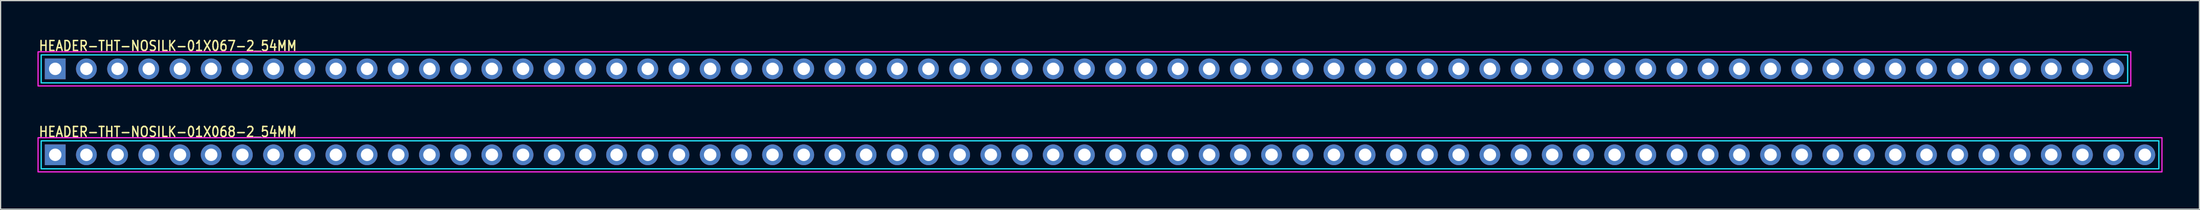
<source format=kicad_pcb>
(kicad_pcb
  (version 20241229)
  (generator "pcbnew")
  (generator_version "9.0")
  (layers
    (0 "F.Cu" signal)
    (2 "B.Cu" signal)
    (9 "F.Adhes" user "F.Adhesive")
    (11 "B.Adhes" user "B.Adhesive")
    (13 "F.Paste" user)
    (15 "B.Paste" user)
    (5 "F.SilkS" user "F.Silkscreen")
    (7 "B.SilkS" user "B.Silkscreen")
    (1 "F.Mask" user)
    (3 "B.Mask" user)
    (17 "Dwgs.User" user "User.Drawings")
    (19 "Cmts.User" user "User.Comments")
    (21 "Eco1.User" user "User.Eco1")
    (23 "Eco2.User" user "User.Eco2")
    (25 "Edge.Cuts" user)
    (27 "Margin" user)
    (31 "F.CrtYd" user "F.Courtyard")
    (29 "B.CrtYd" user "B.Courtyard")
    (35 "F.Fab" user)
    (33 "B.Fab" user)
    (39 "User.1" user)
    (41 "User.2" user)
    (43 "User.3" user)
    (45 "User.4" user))
  (footprint "HEADER-THT-NOSILK-01X067-2_54MM"
    (layer "F.Cu")
    (at 1.447 2.579)
    (property "Reference" "HEADER-THT-NOSILK-01X067-2_54MM" (at -1.4 -1.4 0) (unlocked yes) (layer "F.SilkS") (effects (font (size 0.813 0.695) (thickness 0.122)) (justify left bottom)))
    (fp_poly (pts (xy -1.143 -1.143) (xy 168.783 -1.143) (xy 168.783 1.143) (xy -1.143 1.143)) (stroke (width 0.1) (type solid)) (fill no) (layer "B.CrtYd"))
    (fp_poly (pts (xy -1.397 -1.397) (xy 169.037 -1.397) (xy 169.037 1.397) (xy -1.397 1.397)) (stroke (width 0.1) (type solid)) (fill no) (layer "F.CrtYd"))
    (pad "1" thru_hole rect (at 0 0) (size 1.693 1.693) (drill 1.016) (layers "*.Cu" "*.Mask"))
    (pad "2" thru_hole oval (at 2.54 0) (size 1.693 1.693) (drill 1.016) (layers "*.Cu" "*.Mask"))
    (pad "3" thru_hole oval (at 5.08 0) (size 1.693 1.693) (drill 1.016) (layers "*.Cu" "*.Mask"))
    (pad "4" thru_hole oval (at 7.62 0) (size 1.693 1.693) (drill 1.016) (layers "*.Cu" "*.Mask"))
    (pad "5" thru_hole oval (at 10.16 0) (size 1.693 1.693) (drill 1.016) (layers "*.Cu" "*.Mask"))
    (pad "6" thru_hole oval (at 12.7 0) (size 1.693 1.693) (drill 1.016) (layers "*.Cu" "*.Mask"))
    (pad "7" thru_hole oval (at 15.24 0) (size 1.693 1.693) (drill 1.016) (layers "*.Cu" "*.Mask"))
    (pad "8" thru_hole oval (at 17.78 0) (size 1.693 1.693) (drill 1.016) (layers "*.Cu" "*.Mask"))
    (pad "9" thru_hole oval (at 20.32 0) (size 1.693 1.693) (drill 1.016) (layers "*.Cu" "*.Mask"))
    (pad "10" thru_hole oval (at 22.86 0) (size 1.693 1.693) (drill 1.016) (layers "*.Cu" "*.Mask"))
    (pad "11" thru_hole oval (at 25.4 0) (size 1.693 1.693) (drill 1.016) (layers "*.Cu" "*.Mask"))
    (pad "12" thru_hole oval (at 27.94 0) (size 1.693 1.693) (drill 1.016) (layers "*.Cu" "*.Mask"))
    (pad "13" thru_hole oval (at 30.48 0) (size 1.693 1.693) (drill 1.016) (layers "*.Cu" "*.Mask"))
    (pad "14" thru_hole oval (at 33.02 0) (size 1.693 1.693) (drill 1.016) (layers "*.Cu" "*.Mask"))
    (pad "15" thru_hole oval (at 35.56 0) (size 1.693 1.693) (drill 1.016) (layers "*.Cu" "*.Mask"))
    (pad "16" thru_hole oval (at 38.1 0) (size 1.693 1.693) (drill 1.016) (layers "*.Cu" "*.Mask"))
    (pad "17" thru_hole oval (at 40.64 0) (size 1.693 1.693) (drill 1.016) (layers "*.Cu" "*.Mask"))
    (pad "18" thru_hole oval (at 43.18 0) (size 1.693 1.693) (drill 1.016) (layers "*.Cu" "*.Mask"))
    (pad "19" thru_hole oval (at 45.72 0) (size 1.693 1.693) (drill 1.016) (layers "*.Cu" "*.Mask"))
    (pad "20" thru_hole oval (at 48.26 0) (size 1.693 1.693) (drill 1.016) (layers "*.Cu" "*.Mask"))
    (pad "21" thru_hole oval (at 50.8 0) (size 1.693 1.693) (drill 1.016) (layers "*.Cu" "*.Mask"))
    (pad "22" thru_hole oval (at 53.34 0) (size 1.693 1.693) (drill 1.016) (layers "*.Cu" "*.Mask"))
    (pad "23" thru_hole oval (at 55.88 0) (size 1.693 1.693) (drill 1.016) (layers "*.Cu" "*.Mask"))
    (pad "24" thru_hole oval (at 58.42 0) (size 1.693 1.693) (drill 1.016) (layers "*.Cu" "*.Mask"))
    (pad "25" thru_hole oval (at 60.96 0) (size 1.693 1.693) (drill 1.016) (layers "*.Cu" "*.Mask"))
    (pad "26" thru_hole oval (at 63.5 0) (size 1.693 1.693) (drill 1.016) (layers "*.Cu" "*.Mask"))
    (pad "27" thru_hole oval (at 66.04 0) (size 1.693 1.693) (drill 1.016) (layers "*.Cu" "*.Mask"))
    (pad "28" thru_hole oval (at 68.58 0) (size 1.693 1.693) (drill 1.016) (layers "*.Cu" "*.Mask"))
    (pad "29" thru_hole oval (at 71.12 0) (size 1.693 1.693) (drill 1.016) (layers "*.Cu" "*.Mask"))
    (pad "30" thru_hole oval (at 73.66 0) (size 1.693 1.693) (drill 1.016) (layers "*.Cu" "*.Mask"))
    (pad "31" thru_hole oval (at 76.2 0) (size 1.693 1.693) (drill 1.016) (layers "*.Cu" "*.Mask"))
    (pad "32" thru_hole oval (at 78.74 0) (size 1.693 1.693) (drill 1.016) (layers "*.Cu" "*.Mask"))
    (pad "33" thru_hole oval (at 81.28 0) (size 1.693 1.693) (drill 1.016) (layers "*.Cu" "*.Mask"))
    (pad "34" thru_hole oval (at 83.82 0) (size 1.693 1.693) (drill 1.016) (layers "*.Cu" "*.Mask"))
    (pad "35" thru_hole oval (at 86.36 0) (size 1.693 1.693) (drill 1.016) (layers "*.Cu" "*.Mask"))
    (pad "36" thru_hole oval (at 88.9 0) (size 1.693 1.693) (drill 1.016) (layers "*.Cu" "*.Mask"))
    (pad "37" thru_hole oval (at 91.44 0) (size 1.693 1.693) (drill 1.016) (layers "*.Cu" "*.Mask"))
    (pad "38" thru_hole oval (at 93.98 0) (size 1.693 1.693) (drill 1.016) (layers "*.Cu" "*.Mask"))
    (pad "39" thru_hole oval (at 96.52 0) (size 1.693 1.693) (drill 1.016) (layers "*.Cu" "*.Mask"))
    (pad "40" thru_hole oval (at 99.06 0) (size 1.693 1.693) (drill 1.016) (layers "*.Cu" "*.Mask"))
    (pad "41" thru_hole oval (at 101.6 0) (size 1.693 1.693) (drill 1.016) (layers "*.Cu" "*.Mask"))
    (pad "42" thru_hole oval (at 104.14 0) (size 1.693 1.693) (drill 1.016) (layers "*.Cu" "*.Mask"))
    (pad "43" thru_hole oval (at 106.68 0) (size 1.693 1.693) (drill 1.016) (layers "*.Cu" "*.Mask"))
    (pad "44" thru_hole oval (at 109.22 0) (size 1.693 1.693) (drill 1.016) (layers "*.Cu" "*.Mask"))
    (pad "45" thru_hole oval (at 111.76 0) (size 1.693 1.693) (drill 1.016) (layers "*.Cu" "*.Mask"))
    (pad "46" thru_hole oval (at 114.3 0) (size 1.693 1.693) (drill 1.016) (layers "*.Cu" "*.Mask"))
    (pad "47" thru_hole oval (at 116.84 0) (size 1.693 1.693) (drill 1.016) (layers "*.Cu" "*.Mask"))
    (pad "48" thru_hole oval (at 119.38 0) (size 1.693 1.693) (drill 1.016) (layers "*.Cu" "*.Mask"))
    (pad "49" thru_hole oval (at 121.92 0) (size 1.693 1.693) (drill 1.016) (layers "*.Cu" "*.Mask"))
    (pad "50" thru_hole oval (at 124.46 0) (size 1.693 1.693) (drill 1.016) (layers "*.Cu" "*.Mask"))
    (pad "51" thru_hole oval (at 127 0) (size 1.693 1.693) (drill 1.016) (layers "*.Cu" "*.Mask"))
    (pad "52" thru_hole oval (at 129.54 0) (size 1.693 1.693) (drill 1.016) (layers "*.Cu" "*.Mask"))
    (pad "53" thru_hole oval (at 132.08 0) (size 1.693 1.693) (drill 1.016) (layers "*.Cu" "*.Mask"))
    (pad "54" thru_hole oval (at 134.62 0) (size 1.693 1.693) (drill 1.016) (layers "*.Cu" "*.Mask"))
    (pad "55" thru_hole oval (at 137.16 0) (size 1.693 1.693) (drill 1.016) (layers "*.Cu" "*.Mask"))
    (pad "56" thru_hole oval (at 139.7 0) (size 1.693 1.693) (drill 1.016) (layers "*.Cu" "*.Mask"))
    (pad "57" thru_hole oval (at 142.24 0) (size 1.693 1.693) (drill 1.016) (layers "*.Cu" "*.Mask"))
    (pad "58" thru_hole oval (at 144.78 0) (size 1.693 1.693) (drill 1.016) (layers "*.Cu" "*.Mask"))
    (pad "59" thru_hole oval (at 147.32 0) (size 1.693 1.693) (drill 1.016) (layers "*.Cu" "*.Mask"))
    (pad "60" thru_hole oval (at 149.86 0) (size 1.693 1.693) (drill 1.016) (layers "*.Cu" "*.Mask"))
    (pad "61" thru_hole oval (at 152.4 0) (size 1.693 1.693) (drill 1.016) (layers "*.Cu" "*.Mask"))
    (pad "62" thru_hole oval (at 154.94 0) (size 1.693 1.693) (drill 1.016) (layers "*.Cu" "*.Mask"))
    (pad "63" thru_hole oval (at 157.48 0) (size 1.693 1.693) (drill 1.016) (layers "*.Cu" "*.Mask"))
    (pad "64" thru_hole oval (at 160.02 0) (size 1.693 1.693) (drill 1.016) (layers "*.Cu" "*.Mask"))
    (pad "65" thru_hole oval (at 162.56 0) (size 1.693 1.693) (drill 1.016) (layers "*.Cu" "*.Mask"))
    (pad "66" thru_hole oval (at 165.1 0) (size 1.693 1.693) (drill 1.016) (layers "*.Cu" "*.Mask"))
    (pad "67" thru_hole oval (at 167.64 0) (size 1.693 1.693) (drill 1.016) (layers "*.Cu" "*.Mask")))
  (footprint "HEADER-THT-NOSILK-01X068-2_54MM"
    (layer "F.Cu")
    (at 1.447 9.604)
    (property "Reference" "HEADER-THT-NOSILK-01X068-2_54MM" (at -1.4 -1.4 0) (unlocked yes) (layer "F.SilkS") (effects (font (size 0.813 0.695) (thickness 0.122)) (justify left bottom)))
    (fp_poly (pts (xy -1.143 -1.143) (xy 171.323 -1.143) (xy 171.323 1.143) (xy -1.143 1.143)) (stroke (width 0.1) (type solid)) (fill no) (layer "B.CrtYd"))
    (fp_poly (pts (xy -1.397 -1.397) (xy 171.577 -1.397) (xy 171.577 1.397) (xy -1.397 1.397)) (stroke (width 0.1) (type solid)) (fill no) (layer "F.CrtYd"))
    (pad "1" thru_hole rect (at 0 0) (size 1.693 1.693) (drill 1.016) (layers "*.Cu" "*.Mask"))
    (pad "2" thru_hole oval (at 2.54 0) (size 1.693 1.693) (drill 1.016) (layers "*.Cu" "*.Mask"))
    (pad "3" thru_hole oval (at 5.08 0) (size 1.693 1.693) (drill 1.016) (layers "*.Cu" "*.Mask"))
    (pad "4" thru_hole oval (at 7.62 0) (size 1.693 1.693) (drill 1.016) (layers "*.Cu" "*.Mask"))
    (pad "5" thru_hole oval (at 10.16 0) (size 1.693 1.693) (drill 1.016) (layers "*.Cu" "*.Mask"))
    (pad "6" thru_hole oval (at 12.7 0) (size 1.693 1.693) (drill 1.016) (layers "*.Cu" "*.Mask"))
    (pad "7" thru_hole oval (at 15.24 0) (size 1.693 1.693) (drill 1.016) (layers "*.Cu" "*.Mask"))
    (pad "8" thru_hole oval (at 17.78 0) (size 1.693 1.693) (drill 1.016) (layers "*.Cu" "*.Mask"))
    (pad "9" thru_hole oval (at 20.32 0) (size 1.693 1.693) (drill 1.016) (layers "*.Cu" "*.Mask"))
    (pad "10" thru_hole oval (at 22.86 0) (size 1.693 1.693) (drill 1.016) (layers "*.Cu" "*.Mask"))
    (pad "11" thru_hole oval (at 25.4 0) (size 1.693 1.693) (drill 1.016) (layers "*.Cu" "*.Mask"))
    (pad "12" thru_hole oval (at 27.94 0) (size 1.693 1.693) (drill 1.016) (layers "*.Cu" "*.Mask"))
    (pad "13" thru_hole oval (at 30.48 0) (size 1.693 1.693) (drill 1.016) (layers "*.Cu" "*.Mask"))
    (pad "14" thru_hole oval (at 33.02 0) (size 1.693 1.693) (drill 1.016) (layers "*.Cu" "*.Mask"))
    (pad "15" thru_hole oval (at 35.56 0) (size 1.693 1.693) (drill 1.016) (layers "*.Cu" "*.Mask"))
    (pad "16" thru_hole oval (at 38.1 0) (size 1.693 1.693) (drill 1.016) (layers "*.Cu" "*.Mask"))
    (pad "17" thru_hole oval (at 40.64 0) (size 1.693 1.693) (drill 1.016) (layers "*.Cu" "*.Mask"))
    (pad "18" thru_hole oval (at 43.18 0) (size 1.693 1.693) (drill 1.016) (layers "*.Cu" "*.Mask"))
    (pad "19" thru_hole oval (at 45.72 0) (size 1.693 1.693) (drill 1.016) (layers "*.Cu" "*.Mask"))
    (pad "20" thru_hole oval (at 48.26 0) (size 1.693 1.693) (drill 1.016) (layers "*.Cu" "*.Mask"))
    (pad "21" thru_hole oval (at 50.8 0) (size 1.693 1.693) (drill 1.016) (layers "*.Cu" "*.Mask"))
    (pad "22" thru_hole oval (at 53.34 0) (size 1.693 1.693) (drill 1.016) (layers "*.Cu" "*.Mask"))
    (pad "23" thru_hole oval (at 55.88 0) (size 1.693 1.693) (drill 1.016) (layers "*.Cu" "*.Mask"))
    (pad "24" thru_hole oval (at 58.42 0) (size 1.693 1.693) (drill 1.016) (layers "*.Cu" "*.Mask"))
    (pad "25" thru_hole oval (at 60.96 0) (size 1.693 1.693) (drill 1.016) (layers "*.Cu" "*.Mask"))
    (pad "26" thru_hole oval (at 63.5 0) (size 1.693 1.693) (drill 1.016) (layers "*.Cu" "*.Mask"))
    (pad "27" thru_hole oval (at 66.04 0) (size 1.693 1.693) (drill 1.016) (layers "*.Cu" "*.Mask"))
    (pad "28" thru_hole oval (at 68.58 0) (size 1.693 1.693) (drill 1.016) (layers "*.Cu" "*.Mask"))
    (pad "29" thru_hole oval (at 71.12 0) (size 1.693 1.693) (drill 1.016) (layers "*.Cu" "*.Mask"))
    (pad "30" thru_hole oval (at 73.66 0) (size 1.693 1.693) (drill 1.016) (layers "*.Cu" "*.Mask"))
    (pad "31" thru_hole oval (at 76.2 0) (size 1.693 1.693) (drill 1.016) (layers "*.Cu" "*.Mask"))
    (pad "32" thru_hole oval (at 78.74 0) (size 1.693 1.693) (drill 1.016) (layers "*.Cu" "*.Mask"))
    (pad "33" thru_hole oval (at 81.28 0) (size 1.693 1.693) (drill 1.016) (layers "*.Cu" "*.Mask"))
    (pad "34" thru_hole oval (at 83.82 0) (size 1.693 1.693) (drill 1.016) (layers "*.Cu" "*.Mask"))
    (pad "35" thru_hole oval (at 86.36 0) (size 1.693 1.693) (drill 1.016) (layers "*.Cu" "*.Mask"))
    (pad "36" thru_hole oval (at 88.9 0) (size 1.693 1.693) (drill 1.016) (layers "*.Cu" "*.Mask"))
    (pad "37" thru_hole oval (at 91.44 0) (size 1.693 1.693) (drill 1.016) (layers "*.Cu" "*.Mask"))
    (pad "38" thru_hole oval (at 93.98 0) (size 1.693 1.693) (drill 1.016) (layers "*.Cu" "*.Mask"))
    (pad "39" thru_hole oval (at 96.52 0) (size 1.693 1.693) (drill 1.016) (layers "*.Cu" "*.Mask"))
    (pad "40" thru_hole oval (at 99.06 0) (size 1.693 1.693) (drill 1.016) (layers "*.Cu" "*.Mask"))
    (pad "41" thru_hole oval (at 101.6 0) (size 1.693 1.693) (drill 1.016) (layers "*.Cu" "*.Mask"))
    (pad "42" thru_hole oval (at 104.14 0) (size 1.693 1.693) (drill 1.016) (layers "*.Cu" "*.Mask"))
    (pad "43" thru_hole oval (at 106.68 0) (size 1.693 1.693) (drill 1.016) (layers "*.Cu" "*.Mask"))
    (pad "44" thru_hole oval (at 109.22 0) (size 1.693 1.693) (drill 1.016) (layers "*.Cu" "*.Mask"))
    (pad "45" thru_hole oval (at 111.76 0) (size 1.693 1.693) (drill 1.016) (layers "*.Cu" "*.Mask"))
    (pad "46" thru_hole oval (at 114.3 0) (size 1.693 1.693) (drill 1.016) (layers "*.Cu" "*.Mask"))
    (pad "47" thru_hole oval (at 116.84 0) (size 1.693 1.693) (drill 1.016) (layers "*.Cu" "*.Mask"))
    (pad "48" thru_hole oval (at 119.38 0) (size 1.693 1.693) (drill 1.016) (layers "*.Cu" "*.Mask"))
    (pad "49" thru_hole oval (at 121.92 0) (size 1.693 1.693) (drill 1.016) (layers "*.Cu" "*.Mask"))
    (pad "50" thru_hole oval (at 124.46 0) (size 1.693 1.693) (drill 1.016) (layers "*.Cu" "*.Mask"))
    (pad "51" thru_hole oval (at 127 0) (size 1.693 1.693) (drill 1.016) (layers "*.Cu" "*.Mask"))
    (pad "52" thru_hole oval (at 129.54 0) (size 1.693 1.693) (drill 1.016) (layers "*.Cu" "*.Mask"))
    (pad "53" thru_hole oval (at 132.08 0) (size 1.693 1.693) (drill 1.016) (layers "*.Cu" "*.Mask"))
    (pad "54" thru_hole oval (at 134.62 0) (size 1.693 1.693) (drill 1.016) (layers "*.Cu" "*.Mask"))
    (pad "55" thru_hole oval (at 137.16 0) (size 1.693 1.693) (drill 1.016) (layers "*.Cu" "*.Mask"))
    (pad "56" thru_hole oval (at 139.7 0) (size 1.693 1.693) (drill 1.016) (layers "*.Cu" "*.Mask"))
    (pad "57" thru_hole oval (at 142.24 0) (size 1.693 1.693) (drill 1.016) (layers "*.Cu" "*.Mask"))
    (pad "58" thru_hole oval (at 144.78 0) (size 1.693 1.693) (drill 1.016) (layers "*.Cu" "*.Mask"))
    (pad "59" thru_hole oval (at 147.32 0) (size 1.693 1.693) (drill 1.016) (layers "*.Cu" "*.Mask"))
    (pad "60" thru_hole oval (at 149.86 0) (size 1.693 1.693) (drill 1.016) (layers "*.Cu" "*.Mask"))
    (pad "61" thru_hole oval (at 152.4 0) (size 1.693 1.693) (drill 1.016) (layers "*.Cu" "*.Mask"))
    (pad "62" thru_hole oval (at 154.94 0) (size 1.693 1.693) (drill 1.016) (layers "*.Cu" "*.Mask"))
    (pad "63" thru_hole oval (at 157.48 0) (size 1.693 1.693) (drill 1.016) (layers "*.Cu" "*.Mask"))
    (pad "64" thru_hole oval (at 160.02 0) (size 1.693 1.693) (drill 1.016) (layers "*.Cu" "*.Mask"))
    (pad "65" thru_hole oval (at 162.56 0) (size 1.693 1.693) (drill 1.016) (layers "*.Cu" "*.Mask"))
    (pad "66" thru_hole oval (at 165.1 0) (size 1.693 1.693) (drill 1.016) (layers "*.Cu" "*.Mask"))
    (pad "67" thru_hole oval (at 167.64 0) (size 1.693 1.693) (drill 1.016) (layers "*.Cu" "*.Mask"))
    (pad "68" thru_hole oval (at 170.18 0) (size 1.693 1.693) (drill 1.016) (layers "*.Cu" "*.Mask")))
  (gr_rect
    (start -3 -3)
    (end 176.074 14.051)
    (stroke (width 0.1) (type default))
    (fill no)
    (layer "Edge.Cuts")))
</source>
